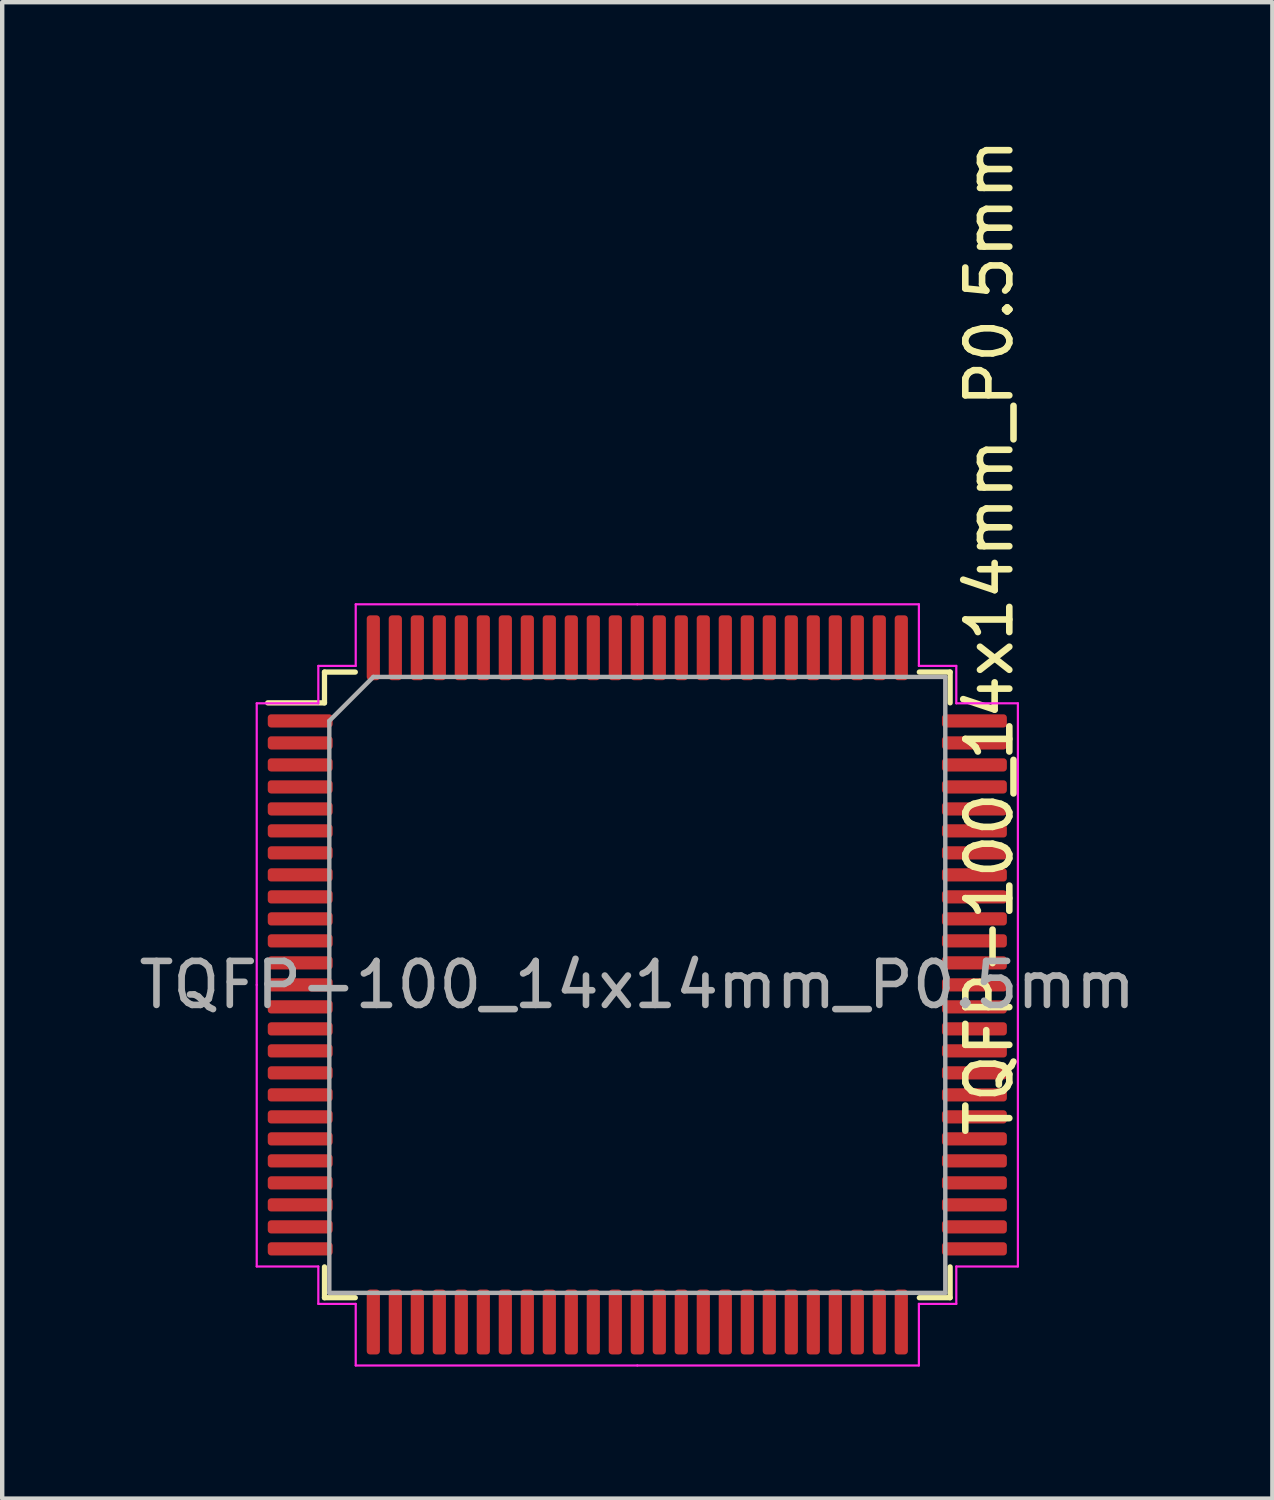
<source format=kicad_pcb>
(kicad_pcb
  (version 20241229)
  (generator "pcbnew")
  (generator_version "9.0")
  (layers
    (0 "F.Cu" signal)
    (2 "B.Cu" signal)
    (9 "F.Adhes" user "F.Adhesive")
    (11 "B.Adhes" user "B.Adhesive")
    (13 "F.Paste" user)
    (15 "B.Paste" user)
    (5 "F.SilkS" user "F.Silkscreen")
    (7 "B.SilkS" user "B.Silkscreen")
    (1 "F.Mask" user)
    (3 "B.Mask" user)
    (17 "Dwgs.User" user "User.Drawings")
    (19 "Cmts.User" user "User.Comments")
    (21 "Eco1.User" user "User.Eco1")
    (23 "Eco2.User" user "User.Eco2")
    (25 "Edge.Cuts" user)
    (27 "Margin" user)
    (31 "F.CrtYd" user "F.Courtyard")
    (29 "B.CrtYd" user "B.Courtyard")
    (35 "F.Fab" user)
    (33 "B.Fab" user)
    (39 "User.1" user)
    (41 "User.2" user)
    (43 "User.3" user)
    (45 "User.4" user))
  (footprint "TQFP-100_14x14mm_P0.5mm"
    (layer "F.Cu")
    (at 11.435 19.335)
    (property "Reference" "TQFP-100_14x14mm_P0.5mm" (at 8 -7.9 90) (layer "F.SilkS") (effects (font (size 1 1) (thickness 0.15))))
    (attr smd)
    (fp_line (start -7.11 -7.11) (end -7.11 -6.41) (stroke (width 0.12) (type solid)) (layer "F.SilkS"))
    (fp_line (start -7.11 -6.41) (end -8.4 -6.41) (stroke (width 0.12) (type solid)) (layer "F.SilkS"))
    (fp_line (start -7.11 7.11) (end -7.11 6.41) (stroke (width 0.12) (type solid)) (layer "F.SilkS"))
    (fp_line (start -6.41 -7.11) (end -7.11 -7.11) (stroke (width 0.12) (type solid)) (layer "F.SilkS"))
    (fp_line (start -6.41 7.11) (end -7.11 7.11) (stroke (width 0.12) (type solid)) (layer "F.SilkS"))
    (fp_line (start 6.41 -7.11) (end 7.11 -7.11) (stroke (width 0.12) (type solid)) (layer "F.SilkS"))
    (fp_line (start 6.41 7.11) (end 7.11 7.11) (stroke (width 0.12) (type solid)) (layer "F.SilkS"))
    (fp_line (start 7.11 -7.11) (end 7.11 -6.41) (stroke (width 0.12) (type solid)) (layer "F.SilkS"))
    (fp_line (start 7.11 7.11) (end 7.11 6.41) (stroke (width 0.12) (type solid)) (layer "F.SilkS"))
    (fp_line (start -8.65 -6.4) (end -8.65 0) (stroke (width 0.05) (type solid)) (layer "F.CrtYd"))
    (fp_line (start -8.65 6.4) (end -8.65 0) (stroke (width 0.05) (type solid)) (layer "F.CrtYd"))
    (fp_line (start -7.25 -7.25) (end -7.25 -6.4) (stroke (width 0.05) (type solid)) (layer "F.CrtYd"))
    (fp_line (start -7.25 -6.4) (end -8.65 -6.4) (stroke (width 0.05) (type solid)) (layer "F.CrtYd"))
    (fp_line (start -7.25 6.4) (end -8.65 6.4) (stroke (width 0.05) (type solid)) (layer "F.CrtYd"))
    (fp_line (start -7.25 7.25) (end -7.25 6.4) (stroke (width 0.05) (type solid)) (layer "F.CrtYd"))
    (fp_line (start -6.4 -8.65) (end -6.4 -7.25) (stroke (width 0.05) (type solid)) (layer "F.CrtYd"))
    (fp_line (start -6.4 -7.25) (end -7.25 -7.25) (stroke (width 0.05) (type solid)) (layer "F.CrtYd"))
    (fp_line (start -6.4 7.25) (end -7.25 7.25) (stroke (width 0.05) (type solid)) (layer "F.CrtYd"))
    (fp_line (start -6.4 8.65) (end -6.4 7.25) (stroke (width 0.05) (type solid)) (layer "F.CrtYd"))
    (fp_line (start 0 -8.65) (end -6.4 -8.65) (stroke (width 0.05) (type solid)) (layer "F.CrtYd"))
    (fp_line (start 0 -8.65) (end 6.4 -8.65) (stroke (width 0.05) (type solid)) (layer "F.CrtYd"))
    (fp_line (start 0 8.65) (end -6.4 8.65) (stroke (width 0.05) (type solid)) (layer "F.CrtYd"))
    (fp_line (start 0 8.65) (end 6.4 8.65) (stroke (width 0.05) (type solid)) (layer "F.CrtYd"))
    (fp_line (start 6.4 -8.65) (end 6.4 -7.25) (stroke (width 0.05) (type solid)) (layer "F.CrtYd"))
    (fp_line (start 6.4 -7.25) (end 7.25 -7.25) (stroke (width 0.05) (type solid)) (layer "F.CrtYd"))
    (fp_line (start 6.4 7.25) (end 7.25 7.25) (stroke (width 0.05) (type solid)) (layer "F.CrtYd"))
    (fp_line (start 6.4 8.65) (end 6.4 7.25) (stroke (width 0.05) (type solid)) (layer "F.CrtYd"))
    (fp_line (start 7.25 -7.25) (end 7.25 -6.4) (stroke (width 0.05) (type solid)) (layer "F.CrtYd"))
    (fp_line (start 7.25 -6.4) (end 8.65 -6.4) (stroke (width 0.05) (type solid)) (layer "F.CrtYd"))
    (fp_line (start 7.25 6.4) (end 8.65 6.4) (stroke (width 0.05) (type solid)) (layer "F.CrtYd"))
    (fp_line (start 7.25 7.25) (end 7.25 6.4) (stroke (width 0.05) (type solid)) (layer "F.CrtYd"))
    (fp_line (start 8.65 -6.4) (end 8.65 0) (stroke (width 0.05) (type solid)) (layer "F.CrtYd"))
    (fp_line (start 8.65 6.4) (end 8.65 0) (stroke (width 0.05) (type solid)) (layer "F.CrtYd"))
    (fp_line (start -7 -6) (end -6 -7) (stroke (width 0.1) (type solid)) (layer "F.Fab"))
    (fp_line (start -7 7) (end -7 -6) (stroke (width 0.1) (type solid)) (layer "F.Fab"))
    (fp_line (start -6 -7) (end 7 -7) (stroke (width 0.1) (type solid)) (layer "F.Fab"))
    (fp_line (start 7 -7) (end 7 7) (stroke (width 0.1) (type solid)) (layer "F.Fab"))
    (fp_line (start 7 7) (end -7 7) (stroke (width 0.1) (type solid)) (layer "F.Fab"))
    (fp_text user "${REFERENCE}" (at 0 0 0) (layer "F.Fab") (effects (font (size 1 1) (thickness 0.15))))
    (pad "1" smd roundrect (at -7.662 -6) (size 1.475 0.3) (layers "F.Cu" "F.Mask" "F.Paste") (roundrect_rratio 0.25))
    (pad "2" smd roundrect (at -7.662 -5.5) (size 1.475 0.3) (layers "F.Cu" "F.Mask" "F.Paste") (roundrect_rratio 0.25))
    (pad "3" smd roundrect (at -7.662 -5) (size 1.475 0.3) (layers "F.Cu" "F.Mask" "F.Paste") (roundrect_rratio 0.25))
    (pad "4" smd roundrect (at -7.662 -4.5) (size 1.475 0.3) (layers "F.Cu" "F.Mask" "F.Paste") (roundrect_rratio 0.25))
    (pad "5" smd roundrect (at -7.662 -4) (size 1.475 0.3) (layers "F.Cu" "F.Mask" "F.Paste") (roundrect_rratio 0.25))
    (pad "6" smd roundrect (at -7.662 -3.5) (size 1.475 0.3) (layers "F.Cu" "F.Mask" "F.Paste") (roundrect_rratio 0.25))
    (pad "7" smd roundrect (at -7.662 -3) (size 1.475 0.3) (layers "F.Cu" "F.Mask" "F.Paste") (roundrect_rratio 0.25))
    (pad "8" smd roundrect (at -7.662 -2.5) (size 1.475 0.3) (layers "F.Cu" "F.Mask" "F.Paste") (roundrect_rratio 0.25))
    (pad "9" smd roundrect (at -7.662 -2) (size 1.475 0.3) (layers "F.Cu" "F.Mask" "F.Paste") (roundrect_rratio 0.25))
    (pad "10" smd roundrect (at -7.662 -1.5) (size 1.475 0.3) (layers "F.Cu" "F.Mask" "F.Paste") (roundrect_rratio 0.25))
    (pad "11" smd roundrect (at -7.662 -1) (size 1.475 0.3) (layers "F.Cu" "F.Mask" "F.Paste") (roundrect_rratio 0.25))
    (pad "12" smd roundrect (at -7.662 -0.5) (size 1.475 0.3) (layers "F.Cu" "F.Mask" "F.Paste") (roundrect_rratio 0.25))
    (pad "13" smd roundrect (at -7.662 0) (size 1.475 0.3) (layers "F.Cu" "F.Mask" "F.Paste") (roundrect_rratio 0.25))
    (pad "14" smd roundrect (at -7.662 0.5) (size 1.475 0.3) (layers "F.Cu" "F.Mask" "F.Paste") (roundrect_rratio 0.25))
    (pad "15" smd roundrect (at -7.662 1) (size 1.475 0.3) (layers "F.Cu" "F.Mask" "F.Paste") (roundrect_rratio 0.25))
    (pad "16" smd roundrect (at -7.662 1.5) (size 1.475 0.3) (layers "F.Cu" "F.Mask" "F.Paste") (roundrect_rratio 0.25))
    (pad "17" smd roundrect (at -7.662 2) (size 1.475 0.3) (layers "F.Cu" "F.Mask" "F.Paste") (roundrect_rratio 0.25))
    (pad "18" smd roundrect (at -7.662 2.5) (size 1.475 0.3) (layers "F.Cu" "F.Mask" "F.Paste") (roundrect_rratio 0.25))
    (pad "19" smd roundrect (at -7.662 3) (size 1.475 0.3) (layers "F.Cu" "F.Mask" "F.Paste") (roundrect_rratio 0.25))
    (pad "20" smd roundrect (at -7.662 3.5) (size 1.475 0.3) (layers "F.Cu" "F.Mask" "F.Paste") (roundrect_rratio 0.25))
    (pad "21" smd roundrect (at -7.662 4) (size 1.475 0.3) (layers "F.Cu" "F.Mask" "F.Paste") (roundrect_rratio 0.25))
    (pad "22" smd roundrect (at -7.662 4.5) (size 1.475 0.3) (layers "F.Cu" "F.Mask" "F.Paste") (roundrect_rratio 0.25))
    (pad "23" smd roundrect (at -7.662 5) (size 1.475 0.3) (layers "F.Cu" "F.Mask" "F.Paste") (roundrect_rratio 0.25))
    (pad "24" smd roundrect (at -7.662 5.5) (size 1.475 0.3) (layers "F.Cu" "F.Mask" "F.Paste") (roundrect_rratio 0.25))
    (pad "25" smd roundrect (at -7.662 6) (size 1.475 0.3) (layers "F.Cu" "F.Mask" "F.Paste") (roundrect_rratio 0.25))
    (pad "26" smd roundrect (at -6 7.662) (size 0.3 1.475) (layers "F.Cu" "F.Mask" "F.Paste") (roundrect_rratio 0.25))
    (pad "27" smd roundrect (at -5.5 7.662) (size 0.3 1.475) (layers "F.Cu" "F.Mask" "F.Paste") (roundrect_rratio 0.25))
    (pad "28" smd roundrect (at -5 7.662) (size 0.3 1.475) (layers "F.Cu" "F.Mask" "F.Paste") (roundrect_rratio 0.25))
    (pad "29" smd roundrect (at -4.5 7.662) (size 0.3 1.475) (layers "F.Cu" "F.Mask" "F.Paste") (roundrect_rratio 0.25))
    (pad "30" smd roundrect (at -4 7.662) (size 0.3 1.475) (layers "F.Cu" "F.Mask" "F.Paste") (roundrect_rratio 0.25))
    (pad "31" smd roundrect (at -3.5 7.662) (size 0.3 1.475) (layers "F.Cu" "F.Mask" "F.Paste") (roundrect_rratio 0.25))
    (pad "32" smd roundrect (at -3 7.662) (size 0.3 1.475) (layers "F.Cu" "F.Mask" "F.Paste") (roundrect_rratio 0.25))
    (pad "33" smd roundrect (at -2.5 7.662) (size 0.3 1.475) (layers "F.Cu" "F.Mask" "F.Paste") (roundrect_rratio 0.25))
    (pad "34" smd roundrect (at -2 7.662) (size 0.3 1.475) (layers "F.Cu" "F.Mask" "F.Paste") (roundrect_rratio 0.25))
    (pad "35" smd roundrect (at -1.5 7.662) (size 0.3 1.475) (layers "F.Cu" "F.Mask" "F.Paste") (roundrect_rratio 0.25))
    (pad "36" smd roundrect (at -1 7.662) (size 0.3 1.475) (layers "F.Cu" "F.Mask" "F.Paste") (roundrect_rratio 0.25))
    (pad "37" smd roundrect (at -0.5 7.662) (size 0.3 1.475) (layers "F.Cu" "F.Mask" "F.Paste") (roundrect_rratio 0.25))
    (pad "38" smd roundrect (at 0 7.662) (size 0.3 1.475) (layers "F.Cu" "F.Mask" "F.Paste") (roundrect_rratio 0.25))
    (pad "39" smd roundrect (at 0.5 7.662) (size 0.3 1.475) (layers "F.Cu" "F.Mask" "F.Paste") (roundrect_rratio 0.25))
    (pad "40" smd roundrect (at 1 7.662) (size 0.3 1.475) (layers "F.Cu" "F.Mask" "F.Paste") (roundrect_rratio 0.25))
    (pad "41" smd roundrect (at 1.5 7.662) (size 0.3 1.475) (layers "F.Cu" "F.Mask" "F.Paste") (roundrect_rratio 0.25))
    (pad "42" smd roundrect (at 2 7.662) (size 0.3 1.475) (layers "F.Cu" "F.Mask" "F.Paste") (roundrect_rratio 0.25))
    (pad "43" smd roundrect (at 2.5 7.662) (size 0.3 1.475) (layers "F.Cu" "F.Mask" "F.Paste") (roundrect_rratio 0.25))
    (pad "44" smd roundrect (at 3 7.662) (size 0.3 1.475) (layers "F.Cu" "F.Mask" "F.Paste") (roundrect_rratio 0.25))
    (pad "45" smd roundrect (at 3.5 7.662) (size 0.3 1.475) (layers "F.Cu" "F.Mask" "F.Paste") (roundrect_rratio 0.25))
    (pad "46" smd roundrect (at 4 7.662) (size 0.3 1.475) (layers "F.Cu" "F.Mask" "F.Paste") (roundrect_rratio 0.25))
    (pad "47" smd roundrect (at 4.5 7.662) (size 0.3 1.475) (layers "F.Cu" "F.Mask" "F.Paste") (roundrect_rratio 0.25))
    (pad "48" smd roundrect (at 5 7.662) (size 0.3 1.475) (layers "F.Cu" "F.Mask" "F.Paste") (roundrect_rratio 0.25))
    (pad "49" smd roundrect (at 5.5 7.662) (size 0.3 1.475) (layers "F.Cu" "F.Mask" "F.Paste") (roundrect_rratio 0.25))
    (pad "50" smd roundrect (at 6 7.662) (size 0.3 1.475) (layers "F.Cu" "F.Mask" "F.Paste") (roundrect_rratio 0.25))
    (pad "51" smd roundrect (at 7.662 6) (size 1.475 0.3) (layers "F.Cu" "F.Mask" "F.Paste") (roundrect_rratio 0.25))
    (pad "52" smd roundrect (at 7.662 5.5) (size 1.475 0.3) (layers "F.Cu" "F.Mask" "F.Paste") (roundrect_rratio 0.25))
    (pad "53" smd roundrect (at 7.662 5) (size 1.475 0.3) (layers "F.Cu" "F.Mask" "F.Paste") (roundrect_rratio 0.25))
    (pad "54" smd roundrect (at 7.662 4.5) (size 1.475 0.3) (layers "F.Cu" "F.Mask" "F.Paste") (roundrect_rratio 0.25))
    (pad "55" smd roundrect (at 7.662 4) (size 1.475 0.3) (layers "F.Cu" "F.Mask" "F.Paste") (roundrect_rratio 0.25))
    (pad "56" smd roundrect (at 7.662 3.5) (size 1.475 0.3) (layers "F.Cu" "F.Mask" "F.Paste") (roundrect_rratio 0.25))
    (pad "57" smd roundrect (at 7.662 3) (size 1.475 0.3) (layers "F.Cu" "F.Mask" "F.Paste") (roundrect_rratio 0.25))
    (pad "58" smd roundrect (at 7.662 2.5) (size 1.475 0.3) (layers "F.Cu" "F.Mask" "F.Paste") (roundrect_rratio 0.25))
    (pad "59" smd roundrect (at 7.662 2) (size 1.475 0.3) (layers "F.Cu" "F.Mask" "F.Paste") (roundrect_rratio 0.25))
    (pad "60" smd roundrect (at 7.662 1.5) (size 1.475 0.3) (layers "F.Cu" "F.Mask" "F.Paste") (roundrect_rratio 0.25))
    (pad "61" smd roundrect (at 7.662 1) (size 1.475 0.3) (layers "F.Cu" "F.Mask" "F.Paste") (roundrect_rratio 0.25))
    (pad "62" smd roundrect (at 7.662 0.5) (size 1.475 0.3) (layers "F.Cu" "F.Mask" "F.Paste") (roundrect_rratio 0.25))
    (pad "63" smd roundrect (at 7.662 0) (size 1.475 0.3) (layers "F.Cu" "F.Mask" "F.Paste") (roundrect_rratio 0.25))
    (pad "64" smd roundrect (at 7.662 -0.5) (size 1.475 0.3) (layers "F.Cu" "F.Mask" "F.Paste") (roundrect_rratio 0.25))
    (pad "65" smd roundrect (at 7.662 -1) (size 1.475 0.3) (layers "F.Cu" "F.Mask" "F.Paste") (roundrect_rratio 0.25))
    (pad "66" smd roundrect (at 7.662 -1.5) (size 1.475 0.3) (layers "F.Cu" "F.Mask" "F.Paste") (roundrect_rratio 0.25))
    (pad "67" smd roundrect (at 7.662 -2) (size 1.475 0.3) (layers "F.Cu" "F.Mask" "F.Paste") (roundrect_rratio 0.25))
    (pad "68" smd roundrect (at 7.662 -2.5) (size 1.475 0.3) (layers "F.Cu" "F.Mask" "F.Paste") (roundrect_rratio 0.25))
    (pad "69" smd roundrect (at 7.662 -3) (size 1.475 0.3) (layers "F.Cu" "F.Mask" "F.Paste") (roundrect_rratio 0.25))
    (pad "70" smd roundrect (at 7.662 -3.5) (size 1.475 0.3) (layers "F.Cu" "F.Mask" "F.Paste") (roundrect_rratio 0.25))
    (pad "71" smd roundrect (at 7.662 -4) (size 1.475 0.3) (layers "F.Cu" "F.Mask" "F.Paste") (roundrect_rratio 0.25))
    (pad "72" smd roundrect (at 7.662 -4.5) (size 1.475 0.3) (layers "F.Cu" "F.Mask" "F.Paste") (roundrect_rratio 0.25))
    (pad "73" smd roundrect (at 7.662 -5) (size 1.475 0.3) (layers "F.Cu" "F.Mask" "F.Paste") (roundrect_rratio 0.25))
    (pad "74" smd roundrect (at 7.662 -5.5) (size 1.475 0.3) (layers "F.Cu" "F.Mask" "F.Paste") (roundrect_rratio 0.25))
    (pad "75" smd roundrect (at 7.662 -6) (size 1.475 0.3) (layers "F.Cu" "F.Mask" "F.Paste") (roundrect_rratio 0.25))
    (pad "76" smd roundrect (at 6 -7.662) (size 0.3 1.475) (layers "F.Cu" "F.Mask" "F.Paste") (roundrect_rratio 0.25))
    (pad "77" smd roundrect (at 5.5 -7.662) (size 0.3 1.475) (layers "F.Cu" "F.Mask" "F.Paste") (roundrect_rratio 0.25))
    (pad "78" smd roundrect (at 5 -7.662) (size 0.3 1.475) (layers "F.Cu" "F.Mask" "F.Paste") (roundrect_rratio 0.25))
    (pad "79" smd roundrect (at 4.5 -7.662) (size 0.3 1.475) (layers "F.Cu" "F.Mask" "F.Paste") (roundrect_rratio 0.25))
    (pad "80" smd roundrect (at 4 -7.662) (size 0.3 1.475) (layers "F.Cu" "F.Mask" "F.Paste") (roundrect_rratio 0.25))
    (pad "81" smd roundrect (at 3.5 -7.662) (size 0.3 1.475) (layers "F.Cu" "F.Mask" "F.Paste") (roundrect_rratio 0.25))
    (pad "82" smd roundrect (at 3 -7.662) (size 0.3 1.475) (layers "F.Cu" "F.Mask" "F.Paste") (roundrect_rratio 0.25))
    (pad "83" smd roundrect (at 2.5 -7.662) (size 0.3 1.475) (layers "F.Cu" "F.Mask" "F.Paste") (roundrect_rratio 0.25))
    (pad "84" smd roundrect (at 2 -7.662) (size 0.3 1.475) (layers "F.Cu" "F.Mask" "F.Paste") (roundrect_rratio 0.25))
    (pad "85" smd roundrect (at 1.5 -7.662) (size 0.3 1.475) (layers "F.Cu" "F.Mask" "F.Paste") (roundrect_rratio 0.25))
    (pad "86" smd roundrect (at 1 -7.662) (size 0.3 1.475) (layers "F.Cu" "F.Mask" "F.Paste") (roundrect_rratio 0.25))
    (pad "87" smd roundrect (at 0.5 -7.662) (size 0.3 1.475) (layers "F.Cu" "F.Mask" "F.Paste") (roundrect_rratio 0.25))
    (pad "88" smd roundrect (at 0 -7.662) (size 0.3 1.475) (layers "F.Cu" "F.Mask" "F.Paste") (roundrect_rratio 0.25))
    (pad "89" smd roundrect (at -0.5 -7.662) (size 0.3 1.475) (layers "F.Cu" "F.Mask" "F.Paste") (roundrect_rratio 0.25))
    (pad "90" smd roundrect (at -1 -7.662) (size 0.3 1.475) (layers "F.Cu" "F.Mask" "F.Paste") (roundrect_rratio 0.25))
    (pad "91" smd roundrect (at -1.5 -7.662) (size 0.3 1.475) (layers "F.Cu" "F.Mask" "F.Paste") (roundrect_rratio 0.25))
    (pad "92" smd roundrect (at -2 -7.662) (size 0.3 1.475) (layers "F.Cu" "F.Mask" "F.Paste") (roundrect_rratio 0.25))
    (pad "93" smd roundrect (at -2.5 -7.662) (size 0.3 1.475) (layers "F.Cu" "F.Mask" "F.Paste") (roundrect_rratio 0.25))
    (pad "94" smd roundrect (at -3 -7.662) (size 0.3 1.475) (layers "F.Cu" "F.Mask" "F.Paste") (roundrect_rratio 0.25))
    (pad "95" smd roundrect (at -3.5 -7.662) (size 0.3 1.475) (layers "F.Cu" "F.Mask" "F.Paste") (roundrect_rratio 0.25))
    (pad "96" smd roundrect (at -4 -7.662) (size 0.3 1.475) (layers "F.Cu" "F.Mask" "F.Paste") (roundrect_rratio 0.25))
    (pad "97" smd roundrect (at -4.5 -7.662) (size 0.3 1.475) (layers "F.Cu" "F.Mask" "F.Paste") (roundrect_rratio 0.25))
    (pad "98" smd roundrect (at -5 -7.662) (size 0.3 1.475) (layers "F.Cu" "F.Mask" "F.Paste") (roundrect_rratio 0.25))
    (pad "99" smd roundrect (at -5.5 -7.662) (size 0.3 1.475) (layers "F.Cu" "F.Mask" "F.Paste") (roundrect_rratio 0.25))
    (pad "100" smd roundrect (at -6 -7.662) (size 0.3 1.475) (layers "F.Cu" "F.Mask" "F.Paste") (roundrect_rratio 0.25)))
  (gr_rect
    (start -3 -3)
    (end 25.869 31.01)
    (stroke (width 0.1) (type default))
    (fill no)
    (layer "Edge.Cuts")))
</source>
